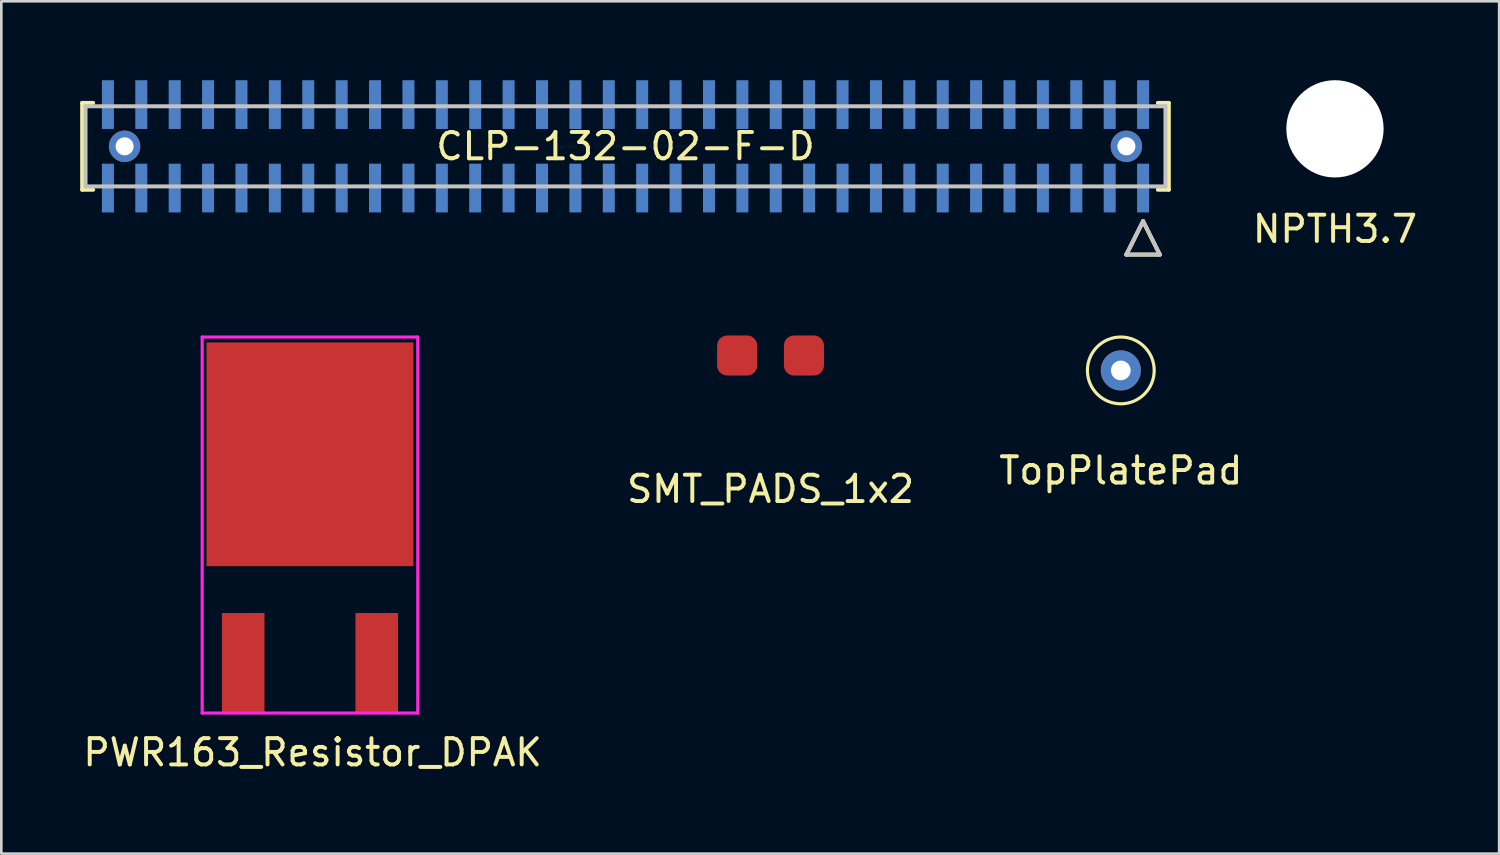
<source format=kicad_pcb>
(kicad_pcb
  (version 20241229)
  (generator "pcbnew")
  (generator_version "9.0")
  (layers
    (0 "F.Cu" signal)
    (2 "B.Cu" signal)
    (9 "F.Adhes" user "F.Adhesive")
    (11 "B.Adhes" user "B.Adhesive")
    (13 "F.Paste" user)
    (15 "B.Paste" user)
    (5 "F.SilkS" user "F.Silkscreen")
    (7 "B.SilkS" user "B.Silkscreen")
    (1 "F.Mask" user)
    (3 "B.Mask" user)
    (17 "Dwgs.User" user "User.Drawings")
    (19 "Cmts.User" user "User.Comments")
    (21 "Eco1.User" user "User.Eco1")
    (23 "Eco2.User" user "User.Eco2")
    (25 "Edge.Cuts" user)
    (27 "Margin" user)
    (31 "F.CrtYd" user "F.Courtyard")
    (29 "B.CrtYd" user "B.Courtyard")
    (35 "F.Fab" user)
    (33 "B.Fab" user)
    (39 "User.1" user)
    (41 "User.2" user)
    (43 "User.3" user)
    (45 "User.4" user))
  (footprint "SMT_PADS_1x2"
    (layer "F.Cu")
    (at 26.256 10.47)
    (property "Reference" "SMT_PADS_1x2" (at 0 5.08 0) (layer "F.SilkS") (effects (font (size 1 1) (thickness 0.15))))
    (attr through_hole)
    (pad "1" smd roundrect (at -1.27 0) (size 1.524 1.524) (layers "F.Cu" "F.Mask") (roundrect_rratio 0.25))
    (pad "2" smd roundrect (at 1.27 0) (size 1.524 1.524) (layers "F.Cu" "F.Mask") (roundrect_rratio 0.25)))
  (footprint "CLP-132-02-F-D"
    (layer "F.Cu")
    (at 20.739 2.515)
    (property "Reference" "CLP-132-02-F-D" (at 0 0 0) (layer "F.SilkS") (effects (font (size 1 1) (thickness 0.15))))
    (attr through_hole)
    (fp_line (start -20.663 -1.651) (end -20.663 1.651) (stroke (width 0.152) (type solid)) (layer "F.SilkS"))
    (fp_line (start -20.663 1.651) (end -20.246 1.651) (stroke (width 0.152) (type solid)) (layer "F.SilkS"))
    (fp_line (start -20.246 -1.651) (end -20.663 -1.651) (stroke (width 0.152) (type solid)) (layer "F.SilkS"))
    (fp_line (start 19.05 4.117) (end 20.32 4.117) (stroke (width 0.152) (type solid)) (layer "F.SilkS"))
    (fp_line (start 19.685 2.847) (end 19.05 4.117) (stroke (width 0.152) (type solid)) (layer "F.SilkS"))
    (fp_line (start 20.246 1.651) (end 20.663 1.651) (stroke (width 0.152) (type solid)) (layer "F.SilkS"))
    (fp_line (start 20.32 4.117) (end 19.685 2.847) (stroke (width 0.152) (type solid)) (layer "F.SilkS"))
    (fp_line (start 20.663 -1.651) (end 20.246 -1.651) (stroke (width 0.152) (type solid)) (layer "F.SilkS"))
    (fp_line (start 20.663 1.651) (end 20.663 -1.651) (stroke (width 0.152) (type solid)) (layer "F.SilkS"))
    (fp_line (start -20.536 -1.524) (end -20.536 1.524) (stroke (width 0.152) (type solid)) (layer "Dwgs.User"))
    (fp_line (start -20.536 1.524) (end 20.536 1.524) (stroke (width 0.152) (type solid)) (layer "Dwgs.User"))
    (fp_line (start 19.05 4.117) (end 20.32 4.117) (stroke (width 0.152) (type solid)) (layer "Dwgs.User"))
    (fp_line (start 19.685 2.847) (end 19.05 4.117) (stroke (width 0.152) (type solid)) (layer "Dwgs.User"))
    (fp_line (start 20.32 4.117) (end 19.685 2.847) (stroke (width 0.152) (type solid)) (layer "Dwgs.User"))
    (fp_line (start 20.536 -1.524) (end -20.536 -1.524) (stroke (width 0.152) (type solid)) (layer "Dwgs.User"))
    (fp_line (start 20.536 1.524) (end 20.536 -1.524) (stroke (width 0.152) (type solid)) (layer "Dwgs.User"))
    (fp_text user "Copyright 2016 Accelerated Designs. All rights reserved." (at 0 0 0) (layer "Cmts.User") (effects (font (size 0.127 0.127) (thickness 0.002))))
    (pad "" np_thru_hole circle (at -19.05 0) (size 1.194 1.194) (drill 0.686) (layers "*.Cu" "*.Mask"))
    (pad "" np_thru_hole circle (at 19.05 0) (size 1.194 1.194) (drill 0.686) (layers "*.Cu" "*.Mask"))
    (pad "1" smd rect (at 19.685 1.587) (size 0.457 1.854) (layers "B.Cu" "B.Mask" "B.Paste"))
    (pad "2" smd rect (at 19.685 -1.587) (size 0.457 1.854) (layers "B.Cu" "B.Mask" "B.Paste"))
    (pad "3" smd rect (at 18.415 1.587) (size 0.457 1.854) (layers "B.Cu" "B.Mask" "B.Paste"))
    (pad "4" smd rect (at 18.415 -1.587) (size 0.457 1.854) (layers "B.Cu" "B.Mask" "B.Paste"))
    (pad "5" smd rect (at 17.145 1.587) (size 0.457 1.854) (layers "B.Cu" "B.Mask" "B.Paste"))
    (pad "6" smd rect (at 17.145 -1.587) (size 0.457 1.854) (layers "B.Cu" "B.Mask" "B.Paste"))
    (pad "7" smd rect (at 15.875 1.587) (size 0.457 1.854) (layers "B.Cu" "B.Mask" "B.Paste"))
    (pad "8" smd rect (at 15.875 -1.587) (size 0.457 1.854) (layers "B.Cu" "B.Mask" "B.Paste"))
    (pad "9" smd rect (at 14.605 1.587) (size 0.457 1.854) (layers "B.Cu" "B.Mask" "B.Paste"))
    (pad "10" smd rect (at 14.605 -1.587) (size 0.457 1.854) (layers "B.Cu" "B.Mask" "B.Paste"))
    (pad "11" smd rect (at 13.335 1.587) (size 0.457 1.854) (layers "B.Cu" "B.Mask" "B.Paste"))
    (pad "12" smd rect (at 13.335 -1.587) (size 0.457 1.854) (layers "B.Cu" "B.Mask" "B.Paste"))
    (pad "13" smd rect (at 12.065 1.587) (size 0.457 1.854) (layers "B.Cu" "B.Mask" "B.Paste"))
    (pad "14" smd rect (at 12.065 -1.587) (size 0.457 1.854) (layers "B.Cu" "B.Mask" "B.Paste"))
    (pad "15" smd rect (at 10.795 1.587) (size 0.457 1.854) (layers "B.Cu" "B.Mask" "B.Paste"))
    (pad "16" smd rect (at 10.795 -1.587) (size 0.457 1.854) (layers "B.Cu" "B.Mask" "B.Paste"))
    (pad "17" smd rect (at 9.525 1.587) (size 0.457 1.854) (layers "B.Cu" "B.Mask" "B.Paste"))
    (pad "18" smd rect (at 9.525 -1.587) (size 0.457 1.854) (layers "B.Cu" "B.Mask" "B.Paste"))
    (pad "19" smd rect (at 8.255 1.587) (size 0.457 1.854) (layers "B.Cu" "B.Mask" "B.Paste"))
    (pad "20" smd rect (at 8.255 -1.587) (size 0.457 1.854) (layers "B.Cu" "B.Mask" "B.Paste"))
    (pad "21" smd rect (at 6.985 1.587) (size 0.457 1.854) (layers "B.Cu" "B.Mask" "B.Paste"))
    (pad "22" smd rect (at 6.985 -1.587) (size 0.457 1.854) (layers "B.Cu" "B.Mask" "B.Paste"))
    (pad "23" smd rect (at 5.715 1.587) (size 0.457 1.854) (layers "B.Cu" "B.Mask" "B.Paste"))
    (pad "24" smd rect (at 5.715 -1.587) (size 0.457 1.854) (layers "B.Cu" "B.Mask" "B.Paste"))
    (pad "25" smd rect (at 4.445 1.587) (size 0.457 1.854) (layers "B.Cu" "B.Mask" "B.Paste"))
    (pad "26" smd rect (at 4.445 -1.587) (size 0.457 1.854) (layers "B.Cu" "B.Mask" "B.Paste"))
    (pad "27" smd rect (at 3.175 1.587) (size 0.457 1.854) (layers "B.Cu" "B.Mask" "B.Paste"))
    (pad "28" smd rect (at 3.175 -1.587) (size 0.457 1.854) (layers "B.Cu" "B.Mask" "B.Paste"))
    (pad "29" smd rect (at 1.905 1.587) (size 0.457 1.854) (layers "B.Cu" "B.Mask" "B.Paste"))
    (pad "30" smd rect (at 1.905 -1.587) (size 0.457 1.854) (layers "B.Cu" "B.Mask" "B.Paste"))
    (pad "31" smd rect (at 0.635 1.587) (size 0.457 1.854) (layers "B.Cu" "B.Mask" "B.Paste"))
    (pad "32" smd rect (at 0.635 -1.587) (size 0.457 1.854) (layers "B.Cu" "B.Mask" "B.Paste"))
    (pad "33" smd rect (at -0.635 1.587) (size 0.457 1.854) (layers "B.Cu" "B.Mask" "B.Paste"))
    (pad "34" smd rect (at -0.635 -1.587) (size 0.457 1.854) (layers "B.Cu" "B.Mask" "B.Paste"))
    (pad "35" smd rect (at -1.905 1.587) (size 0.457 1.854) (layers "B.Cu" "B.Mask" "B.Paste"))
    (pad "36" smd rect (at -1.905 -1.587) (size 0.457 1.854) (layers "B.Cu" "B.Mask" "B.Paste"))
    (pad "37" smd rect (at -3.175 1.587) (size 0.457 1.854) (layers "B.Cu" "B.Mask" "B.Paste"))
    (pad "38" smd rect (at -3.175 -1.587) (size 0.457 1.854) (layers "B.Cu" "B.Mask" "B.Paste"))
    (pad "39" smd rect (at -4.445 1.587) (size 0.457 1.854) (layers "B.Cu" "B.Mask" "B.Paste"))
    (pad "40" smd rect (at -4.445 -1.587) (size 0.457 1.854) (layers "B.Cu" "B.Mask" "B.Paste"))
    (pad "41" smd rect (at -5.715 1.587) (size 0.457 1.854) (layers "B.Cu" "B.Mask" "B.Paste"))
    (pad "42" smd rect (at -5.715 -1.587) (size 0.457 1.854) (layers "B.Cu" "B.Mask" "B.Paste"))
    (pad "43" smd rect (at -6.985 1.587) (size 0.457 1.854) (layers "B.Cu" "B.Mask" "B.Paste"))
    (pad "44" smd rect (at -6.985 -1.587) (size 0.457 1.854) (layers "B.Cu" "B.Mask" "B.Paste"))
    (pad "45" smd rect (at -8.255 1.587) (size 0.457 1.854) (layers "B.Cu" "B.Mask" "B.Paste"))
    (pad "46" smd rect (at -8.255 -1.587) (size 0.457 1.854) (layers "B.Cu" "B.Mask" "B.Paste"))
    (pad "47" smd rect (at -9.525 1.587) (size 0.457 1.854) (layers "B.Cu" "B.Mask" "B.Paste"))
    (pad "48" smd rect (at -9.525 -1.587) (size 0.457 1.854) (layers "B.Cu" "B.Mask" "B.Paste"))
    (pad "49" smd rect (at -10.795 1.587) (size 0.457 1.854) (layers "B.Cu" "B.Mask" "B.Paste"))
    (pad "50" smd rect (at -10.795 -1.587) (size 0.457 1.854) (layers "B.Cu" "B.Mask" "B.Paste"))
    (pad "51" smd rect (at -12.065 1.587) (size 0.457 1.854) (layers "B.Cu" "B.Mask" "B.Paste"))
    (pad "52" smd rect (at -12.065 -1.587) (size 0.457 1.854) (layers "B.Cu" "B.Mask" "B.Paste"))
    (pad "53" smd rect (at -13.335 1.587) (size 0.457 1.854) (layers "B.Cu" "B.Mask" "B.Paste"))
    (pad "54" smd rect (at -13.335 -1.587) (size 0.457 1.854) (layers "B.Cu" "B.Mask" "B.Paste"))
    (pad "55" smd rect (at -14.605 1.587) (size 0.457 1.854) (layers "B.Cu" "B.Mask" "B.Paste"))
    (pad "56" smd rect (at -14.605 -1.587) (size 0.457 1.854) (layers "B.Cu" "B.Mask" "B.Paste"))
    (pad "57" smd rect (at -15.875 1.587) (size 0.457 1.854) (layers "B.Cu" "B.Mask" "B.Paste"))
    (pad "58" smd rect (at -15.875 -1.587) (size 0.457 1.854) (layers "B.Cu" "B.Mask" "B.Paste"))
    (pad "59" smd rect (at -17.145 1.587) (size 0.457 1.854) (layers "B.Cu" "B.Mask" "B.Paste"))
    (pad "60" smd rect (at -17.145 -1.587) (size 0.457 1.854) (layers "B.Cu" "B.Mask" "B.Paste"))
    (pad "61" smd rect (at -18.415 1.587) (size 0.457 1.854) (layers "B.Cu" "B.Mask" "B.Paste"))
    (pad "62" smd rect (at -18.415 -1.587) (size 0.457 1.854) (layers "B.Cu" "B.Mask" "B.Paste"))
    (pad "63" smd rect (at -19.685 1.587) (size 0.457 1.854) (layers "B.Cu" "B.Mask" "B.Paste"))
    (pad "64" smd rect (at -19.685 -1.587) (size 0.457 1.854) (layers "B.Cu" "B.Mask" "B.Paste")))
  (footprint "NPTH3.7"
    (layer "F.Cu")
    (at 47.722 1.85)
    (property "Reference" "NPTH3.7" (at 0 3.81 0) (layer "F.SilkS") (effects (font (size 1 1) (thickness 0.15))))
    (attr through_hole)
    (pad "" np_thru_hole circle (at 0 0) (size 3.7 3.7) (drill 3.7) (layers "*.Cu" "*.Mask")))
  (footprint "PWR163_Resistor_DPAK"
    (layer "F.Cu")
    (at 8.739 22.168)
    (property "Reference" "PWR163_Resistor_DPAK" (at 0.1 3.4 0) (layer "F.SilkS") (effects (font (size 1 1) (thickness 0.15))))
    (attr through_hole)
    (fp_line (start -4.1 -12.4) (end 4.1 -12.4) (stroke (width 0.12) (type solid)) (layer "F.CrtYd"))
    (fp_line (start -4.1 1.9) (end -4.1 -12.4) (stroke (width 0.12) (type solid)) (layer "F.CrtYd"))
    (fp_line (start 4.1 -12.4) (end 4.1 1.9) (stroke (width 0.12) (type solid)) (layer "F.CrtYd"))
    (fp_line (start 4.1 1.9) (end -4.1 1.9) (stroke (width 0.12) (type solid)) (layer "F.CrtYd"))
    (pad "1" smd rect (at -2.54 0) (size 1.62 3.81) (layers "F.Cu" "F.Mask" "F.Paste"))
    (pad "2" smd rect (at 0 -7.94) (size 7.87 8.51) (layers "F.Cu" "F.Mask" "F.Paste"))
    (pad "3" smd rect (at 2.54 0) (size 1.62 3.81) (layers "F.Cu" "F.Mask" "F.Paste")))
  (footprint "TopPlatePad"
    (layer "F.Cu")
    (at 39.577 11.038)
    (property "Reference" "TopPlatePad" (at 0 3.81 0) (layer "F.SilkS") (effects (font (size 1 1) (thickness 0.15))))
    (attr through_hole)
    (fp_circle (center 0 0) (end 1.27 0) (stroke (width 0.12) (type solid)) (fill no) (layer "F.SilkS"))
    (pad "1" thru_hole circle (at 0 0) (size 1.524 1.524) (drill 0.75) (layers "*.Cu" "*.Mask")))
  (gr_rect
    (start -3 -3)
    (end 53.966 29.416)
    (stroke (width 0.1) (type default))
    (fill no)
    (layer "Edge.Cuts")))
</source>
